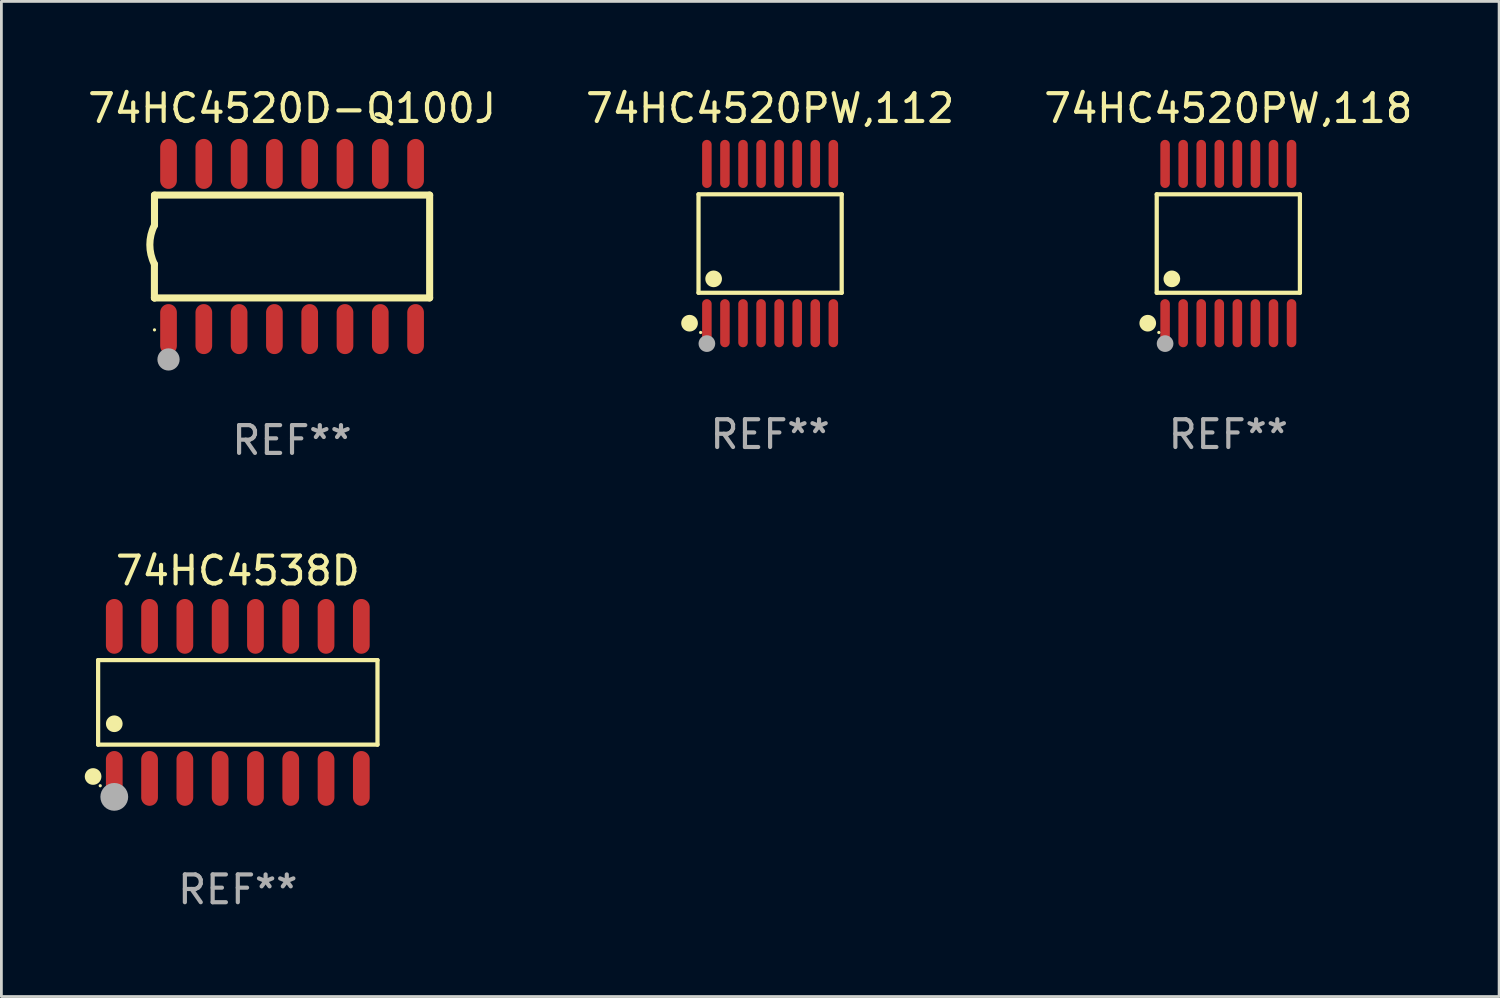
<source format=kicad_pcb>
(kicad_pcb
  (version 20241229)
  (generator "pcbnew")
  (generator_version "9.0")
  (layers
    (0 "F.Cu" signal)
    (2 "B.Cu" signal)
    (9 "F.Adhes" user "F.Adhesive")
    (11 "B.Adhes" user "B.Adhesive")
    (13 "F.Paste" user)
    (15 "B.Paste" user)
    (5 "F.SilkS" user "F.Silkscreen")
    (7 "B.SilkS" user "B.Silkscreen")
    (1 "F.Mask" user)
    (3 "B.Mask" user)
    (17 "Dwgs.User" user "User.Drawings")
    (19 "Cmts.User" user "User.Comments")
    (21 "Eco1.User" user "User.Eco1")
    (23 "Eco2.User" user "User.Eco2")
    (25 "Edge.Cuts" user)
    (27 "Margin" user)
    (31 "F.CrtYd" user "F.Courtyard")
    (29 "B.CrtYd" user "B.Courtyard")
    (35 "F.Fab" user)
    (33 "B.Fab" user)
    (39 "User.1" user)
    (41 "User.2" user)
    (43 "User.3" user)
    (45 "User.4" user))
  (footprint "74HC4538D"
    (layer "F.Cu")
    (at 5.507 22.224)
    (property "Reference" "74HC4538D" (at 0 -4.736 0) (layer "F.SilkS") (effects (font (size 1 1) (thickness 0.15))))
    (attr through_hole)
    (fp_line (start -5.026 -1.521) (end 5.026 -1.521) (stroke (width 0.152) (type solid)) (layer "F.SilkS"))
    (fp_line (start -5.026 1.521) (end -5.026 -1.521) (stroke (width 0.152) (type solid)) (layer "F.SilkS"))
    (fp_line (start 5.026 -1.521) (end 5.026 1.521) (stroke (width 0.152) (type solid)) (layer "F.SilkS"))
    (fp_line (start 5.026 1.521) (end -5.026 1.521) (stroke (width 0.152) (type solid)) (layer "F.SilkS"))
    (fp_circle (center -5.207 2.667) (end -5.057 2.667) (stroke (width 0.3) (type solid)) (fill no) (layer "F.SilkS"))
    (fp_circle (center -4.95 3) (end -4.92 3) (stroke (width 0.06) (type solid)) (fill no) (layer "F.SilkS"))
    (fp_circle (center -4.445 0.769) (end -4.295 0.769) (stroke (width 0.3) (type solid)) (fill no) (layer "F.SilkS"))
    (fp_circle (center -4.445 3.4) (end -4.195 3.4) (stroke (width 0.5) (type solid)) (fill no) (layer "F.Fab"))
    (fp_text user "REF**" (at 0 6.736 0) (layer "F.Fab") (effects (font (size 1 1) (thickness 0.15))))
    (pad "1" smd oval (at -4.445 2.736) (size 0.602 1.971) (layers "F.Cu" "F.Mask" "F.Paste"))
    (pad "2" smd oval (at -3.175 2.736) (size 0.602 1.971) (layers "F.Cu" "F.Mask" "F.Paste"))
    (pad "3" smd oval (at -1.905 2.736) (size 0.602 1.971) (layers "F.Cu" "F.Mask" "F.Paste"))
    (pad "4" smd oval (at -0.635 2.736) (size 0.602 1.971) (layers "F.Cu" "F.Mask" "F.Paste"))
    (pad "5" smd oval (at 0.635 2.736) (size 0.602 1.971) (layers "F.Cu" "F.Mask" "F.Paste"))
    (pad "6" smd oval (at 1.905 2.736) (size 0.602 1.971) (layers "F.Cu" "F.Mask" "F.Paste"))
    (pad "7" smd oval (at 3.175 2.736) (size 0.602 1.971) (layers "F.Cu" "F.Mask" "F.Paste"))
    (pad "8" smd oval (at 4.445 2.736) (size 0.602 1.971) (layers "F.Cu" "F.Mask" "F.Paste"))
    (pad "9" smd oval (at 4.445 -2.736) (size 0.602 1.971) (layers "F.Cu" "F.Mask" "F.Paste"))
    (pad "10" smd oval (at 3.175 -2.736) (size 0.602 1.971) (layers "F.Cu" "F.Mask" "F.Paste"))
    (pad "11" smd oval (at 1.905 -2.736) (size 0.602 1.971) (layers "F.Cu" "F.Mask" "F.Paste"))
    (pad "12" smd oval (at 0.635 -2.736) (size 0.602 1.971) (layers "F.Cu" "F.Mask" "F.Paste"))
    (pad "13" smd oval (at -0.635 -2.736) (size 0.602 1.971) (layers "F.Cu" "F.Mask" "F.Paste"))
    (pad "14" smd oval (at -1.905 -2.736) (size 0.602 1.971) (layers "F.Cu" "F.Mask" "F.Paste"))
    (pad "15" smd oval (at -3.175 -2.736) (size 0.602 1.971) (layers "F.Cu" "F.Mask" "F.Paste"))
    (pad "16" smd oval (at -4.445 -2.736) (size 0.602 1.971) (layers "F.Cu" "F.Mask" "F.Paste")))
  (footprint "74HC4520PW,118"
    (layer "F.Cu")
    (at 41.149 5.714)
    (property "Reference" "74HC4520PW,118" (at 0 -4.866 0) (layer "F.SilkS") (effects (font (size 1 1) (thickness 0.15))))
    (attr through_hole)
    (fp_line (start -2.576 -1.772) (end 2.576 -1.772) (stroke (width 0.152) (type solid)) (layer "F.SilkS"))
    (fp_line (start -2.576 1.771) (end -2.576 -1.772) (stroke (width 0.152) (type solid)) (layer "F.SilkS"))
    (fp_line (start 2.576 -1.772) (end 2.576 1.771) (stroke (width 0.152) (type solid)) (layer "F.SilkS"))
    (fp_line (start 2.576 1.771) (end -2.576 1.771) (stroke (width 0.152) (type solid)) (layer "F.SilkS"))
    (fp_circle (center -2.899 2.866) (end -2.749 2.866) (stroke (width 0.3) (type solid)) (fill no) (layer "F.SilkS"))
    (fp_circle (center -2.5 3.2) (end -2.47 3.2) (stroke (width 0.06) (type solid)) (fill no) (layer "F.SilkS"))
    (fp_circle (center -2.032 1.27) (end -1.882 1.27) (stroke (width 0.3) (type solid)) (fill no) (layer "F.SilkS"))
    (fp_circle (center -2.275 3.6) (end -2.125 3.6) (stroke (width 0.3) (type solid)) (fill no) (layer "F.Fab"))
    (fp_text user "REF**" (at 0 6.866 0) (layer "F.Fab") (effects (font (size 1 1) (thickness 0.15))))
    (pad "1" smd oval (at -2.275 2.866) (size 0.343 1.731) (layers "F.Cu" "F.Mask" "F.Paste"))
    (pad "2" smd oval (at -1.625 2.866) (size 0.343 1.731) (layers "F.Cu" "F.Mask" "F.Paste"))
    (pad "3" smd oval (at -0.975 2.866) (size 0.343 1.731) (layers "F.Cu" "F.Mask" "F.Paste"))
    (pad "4" smd oval (at -0.325 2.866) (size 0.343 1.731) (layers "F.Cu" "F.Mask" "F.Paste"))
    (pad "5" smd oval (at 0.325 2.866) (size 0.343 1.731) (layers "F.Cu" "F.Mask" "F.Paste"))
    (pad "6" smd oval (at 0.975 2.866) (size 0.343 1.731) (layers "F.Cu" "F.Mask" "F.Paste"))
    (pad "7" smd oval (at 1.625 2.866) (size 0.343 1.731) (layers "F.Cu" "F.Mask" "F.Paste"))
    (pad "8" smd oval (at 2.275 2.866) (size 0.343 1.731) (layers "F.Cu" "F.Mask" "F.Paste"))
    (pad "9" smd oval (at 2.275 -2.866) (size 0.343 1.731) (layers "F.Cu" "F.Mask" "F.Paste"))
    (pad "10" smd oval (at 1.625 -2.866) (size 0.343 1.731) (layers "F.Cu" "F.Mask" "F.Paste"))
    (pad "11" smd oval (at 0.975 -2.866) (size 0.343 1.731) (layers "F.Cu" "F.Mask" "F.Paste"))
    (pad "12" smd oval (at 0.325 -2.866) (size 0.343 1.731) (layers "F.Cu" "F.Mask" "F.Paste"))
    (pad "13" smd oval (at -0.325 -2.866) (size 0.343 1.731) (layers "F.Cu" "F.Mask" "F.Paste"))
    (pad "14" smd oval (at -0.975 -2.866) (size 0.343 1.731) (layers "F.Cu" "F.Mask" "F.Paste"))
    (pad "15" smd oval (at -1.625 -2.866) (size 0.343 1.731) (layers "F.Cu" "F.Mask" "F.Paste"))
    (pad "16" smd oval (at -2.275 -2.866) (size 0.343 1.731) (layers "F.Cu" "F.Mask" "F.Paste")))
  (footprint "74HC4520D-Q100J"
    (layer "F.Cu")
    (at 7.458 5.82)
    (property "Reference" "74HC4520D-Q100J" (at 0 -4.972 0) (layer "F.SilkS") (effects (font (size 1 1) (thickness 0.15))))
    (attr through_hole)
    (fp_line (start -4.952 0.635) (end -4.952 1.85) (stroke (width 0.254) (type solid)) (layer "F.SilkS"))
    (fp_line (start -4.952 1.85) (end -4.949 1.85) (stroke (width 0.254) (type solid)) (layer "F.SilkS"))
    (fp_line (start -4.949 -1.85) (end -4.949 -0.762) (stroke (width 0.254) (type solid)) (layer "F.SilkS"))
    (fp_line (start -4.949 1.85) (end 4.952 1.85) (stroke (width 0.254) (type solid)) (layer "F.SilkS"))
    (fp_line (start 4.952 -1.85) (end -4.949 -1.85) (stroke (width 0.254) (type solid)) (layer "F.SilkS"))
    (fp_line (start 4.952 1.85) (end 4.952 -1.85) (stroke (width 0.254) (type solid)) (layer "F.SilkS"))
    (fp_arc (start -4.951524 0.635001) (mid -5.116418 -0.0635) (end -4.951524 -0.762002) (stroke (width 0.254001) (type solid)) (layer "F.SilkS"))
    (fp_circle (center -4.949 3) (end -4.919 3) (stroke (width 0.06) (type solid)) (fill no) (layer "F.SilkS"))
    (fp_circle (center -4.444 4.064) (end -4.244 4.064) (stroke (width 0.4) (type solid)) (fill no) (layer "F.Fab"))
    (fp_text user "REF**" (at 0 6.972 0) (layer "F.Fab") (effects (font (size 1 1) (thickness 0.15))))
    (pad "1" smd oval (at -4.444 2.972 180) (size 0.6 1.8) (layers "F.Cu" "F.Mask" "F.Paste"))
    (pad "2" smd oval (at -3.174 2.972 180) (size 0.6 1.8) (layers "F.Cu" "F.Mask" "F.Paste"))
    (pad "3" smd oval (at -1.904 2.972 180) (size 0.6 1.8) (layers "F.Cu" "F.Mask" "F.Paste"))
    (pad "4" smd oval (at -0.634 2.972 180) (size 0.6 1.8) (layers "F.Cu" "F.Mask" "F.Paste"))
    (pad "5" smd oval (at 0.636 2.972 180) (size 0.6 1.8) (layers "F.Cu" "F.Mask" "F.Paste"))
    (pad "6" smd oval (at 1.906 2.972 180) (size 0.6 1.8) (layers "F.Cu" "F.Mask" "F.Paste"))
    (pad "7" smd oval (at 3.176 2.972 180) (size 0.6 1.8) (layers "F.Cu" "F.Mask" "F.Paste"))
    (pad "8" smd oval (at 4.446 2.972 180) (size 0.6 1.8) (layers "F.Cu" "F.Mask" "F.Paste"))
    (pad "9" smd oval (at 4.446 -2.972 180) (size 0.6 1.8) (layers "F.Cu" "F.Mask" "F.Paste"))
    (pad "10" smd oval (at 3.176 -2.972 180) (size 0.6 1.8) (layers "F.Cu" "F.Mask" "F.Paste"))
    (pad "11" smd oval (at 1.906 -2.972 180) (size 0.6 1.8) (layers "F.Cu" "F.Mask" "F.Paste"))
    (pad "12" smd oval (at 0.636 -2.972 180) (size 0.6 1.8) (layers "F.Cu" "F.Mask" "F.Paste"))
    (pad "13" smd oval (at -0.634 -2.972 180) (size 0.6 1.8) (layers "F.Cu" "F.Mask" "F.Paste"))
    (pad "14" smd oval (at -1.904 -2.972 180) (size 0.6 1.8) (layers "F.Cu" "F.Mask" "F.Paste"))
    (pad "15" smd oval (at -3.174 -2.972 180) (size 0.6 1.8) (layers "F.Cu" "F.Mask" "F.Paste"))
    (pad "16" smd oval (at -4.444 -2.972 180) (size 0.6 1.8) (layers "F.Cu" "F.Mask" "F.Paste")))
  (footprint "74HC4520PW,112"
    (layer "F.Cu")
    (at 24.661 5.714)
    (property "Reference" "74HC4520PW,112" (at 0 -4.866 0) (layer "F.SilkS") (effects (font (size 1 1) (thickness 0.15))))
    (attr through_hole)
    (fp_line (start -2.576 -1.772) (end 2.576 -1.772) (stroke (width 0.152) (type solid)) (layer "F.SilkS"))
    (fp_line (start -2.576 1.771) (end -2.576 -1.772) (stroke (width 0.152) (type solid)) (layer "F.SilkS"))
    (fp_line (start 2.576 -1.772) (end 2.576 1.771) (stroke (width 0.152) (type solid)) (layer "F.SilkS"))
    (fp_line (start 2.576 1.771) (end -2.576 1.771) (stroke (width 0.152) (type solid)) (layer "F.SilkS"))
    (fp_circle (center -2.899 2.866) (end -2.749 2.866) (stroke (width 0.3) (type solid)) (fill no) (layer "F.SilkS"))
    (fp_circle (center -2.5 3.2) (end -2.47 3.2) (stroke (width 0.06) (type solid)) (fill no) (layer "F.SilkS"))
    (fp_circle (center -2.032 1.27) (end -1.882 1.27) (stroke (width 0.3) (type solid)) (fill no) (layer "F.SilkS"))
    (fp_circle (center -2.275 3.6) (end -2.125 3.6) (stroke (width 0.3) (type solid)) (fill no) (layer "F.Fab"))
    (fp_text user "REF**" (at 0 6.866 0) (layer "F.Fab") (effects (font (size 1 1) (thickness 0.15))))
    (pad "1" smd oval (at -2.275 2.866) (size 0.343 1.731) (layers "F.Cu" "F.Mask" "F.Paste"))
    (pad "2" smd oval (at -1.625 2.866) (size 0.343 1.731) (layers "F.Cu" "F.Mask" "F.Paste"))
    (pad "3" smd oval (at -0.975 2.866) (size 0.343 1.731) (layers "F.Cu" "F.Mask" "F.Paste"))
    (pad "4" smd oval (at -0.325 2.866) (size 0.343 1.731) (layers "F.Cu" "F.Mask" "F.Paste"))
    (pad "5" smd oval (at 0.325 2.866) (size 0.343 1.731) (layers "F.Cu" "F.Mask" "F.Paste"))
    (pad "6" smd oval (at 0.975 2.866) (size 0.343 1.731) (layers "F.Cu" "F.Mask" "F.Paste"))
    (pad "7" smd oval (at 1.625 2.866) (size 0.343 1.731) (layers "F.Cu" "F.Mask" "F.Paste"))
    (pad "8" smd oval (at 2.275 2.866) (size 0.343 1.731) (layers "F.Cu" "F.Mask" "F.Paste"))
    (pad "9" smd oval (at 2.275 -2.866) (size 0.343 1.731) (layers "F.Cu" "F.Mask" "F.Paste"))
    (pad "10" smd oval (at 1.625 -2.866) (size 0.343 1.731) (layers "F.Cu" "F.Mask" "F.Paste"))
    (pad "11" smd oval (at 0.975 -2.866) (size 0.343 1.731) (layers "F.Cu" "F.Mask" "F.Paste"))
    (pad "12" smd oval (at 0.325 -2.866) (size 0.343 1.731) (layers "F.Cu" "F.Mask" "F.Paste"))
    (pad "13" smd oval (at -0.325 -2.866) (size 0.343 1.731) (layers "F.Cu" "F.Mask" "F.Paste"))
    (pad "14" smd oval (at -0.975 -2.866) (size 0.343 1.731) (layers "F.Cu" "F.Mask" "F.Paste"))
    (pad "15" smd oval (at -1.625 -2.866) (size 0.343 1.731) (layers "F.Cu" "F.Mask" "F.Paste"))
    (pad "16" smd oval (at -2.275 -2.866) (size 0.343 1.731) (layers "F.Cu" "F.Mask" "F.Paste")))
  (gr_rect
    (start -3 -3)
    (end 50.893 32.808)
    (stroke (width 0.1) (type default))
    (fill no)
    (layer "Edge.Cuts")))
</source>
